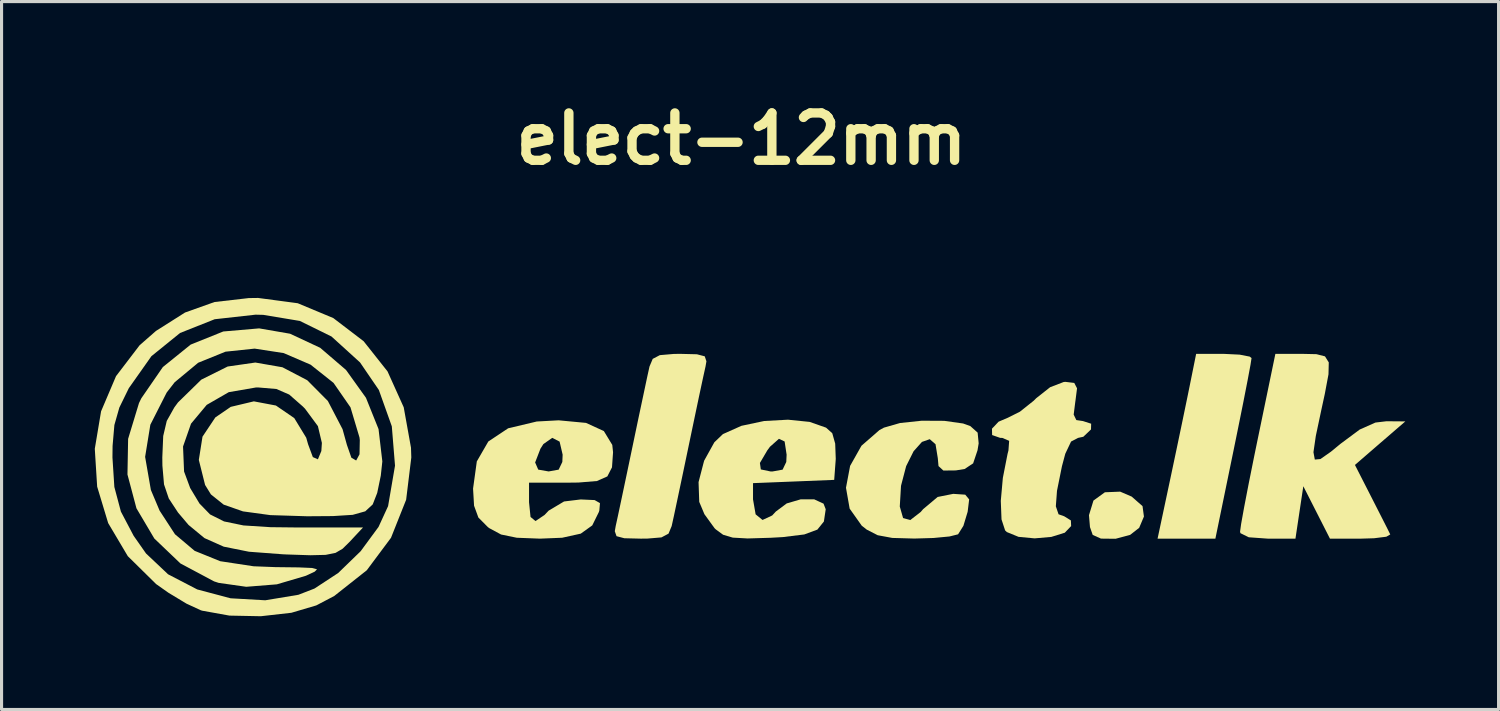
<source format=kicad_pcb>
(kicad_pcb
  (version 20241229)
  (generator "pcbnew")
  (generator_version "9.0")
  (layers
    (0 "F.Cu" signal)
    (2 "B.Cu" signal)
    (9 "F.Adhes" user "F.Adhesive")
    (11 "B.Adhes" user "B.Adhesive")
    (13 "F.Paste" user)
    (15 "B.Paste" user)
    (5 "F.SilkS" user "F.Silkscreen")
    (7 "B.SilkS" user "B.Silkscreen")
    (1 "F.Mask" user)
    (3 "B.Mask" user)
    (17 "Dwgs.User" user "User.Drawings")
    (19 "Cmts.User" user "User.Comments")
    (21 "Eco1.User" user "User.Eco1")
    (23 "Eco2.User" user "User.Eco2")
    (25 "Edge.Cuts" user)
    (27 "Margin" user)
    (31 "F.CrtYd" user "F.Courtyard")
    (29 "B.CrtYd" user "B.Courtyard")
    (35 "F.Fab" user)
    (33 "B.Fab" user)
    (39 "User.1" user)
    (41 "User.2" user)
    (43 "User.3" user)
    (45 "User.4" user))
  (footprint "elect-12mm"
    (layer "F.Cu")
    (at 20.997 11.578)
    (property "Reference" "elect-12mm" (at -0.193 -10.16 0) (layer "F.SilkS") (effects (font (size 1.524 1.524) (thickness 0.3))))
    (attr board_only exclude_from_pos_files exclude_from_bom)
    (fp_poly (pts (xy 12.364 1.35) (xy 12.712 1.656) (xy 12.757 1.991) (xy 12.604 2.354) (xy 12.313 2.581) (xy 11.845 2.706) (xy 11.375 2.701) (xy 11.109 2.582) (xy 11.021 2.33) (xy 10.989 1.947) (xy 11.133 1.477) (xy 11.501 1.21) (xy 11.993 1.19)) (stroke (width 0) (type solid)) (fill yes) (layer "F.SilkS"))
    (fp_poly (pts (xy 15.836 -3.218) (xy 16.16 -3.155) (xy 16.219 -3.107) (xy 16.186 -2.893) (xy 16.092 -2.389) (xy 15.949 -1.658) (xy 15.768 -0.762) (xy 15.64 -0.135) (xy 15.056 2.702) (xy 13.196 2.702) (xy 13.608 0.766) (xy 13.803 -0.158) (xy 13.995 -1.076) (xy 14.156 -1.854) (xy 14.228 -2.207) (xy 14.437 -3.243) (xy 15.325 -3.243)) (stroke (width 0) (type solid)) (fill yes) (layer "F.SilkS"))
    (fp_poly (pts (xy -1.625 -3.23) (xy -1.373 -3.164) (xy -1.319 -3.004) (xy -1.348 -2.837) (xy -1.421 -2.507) (xy -1.549 -1.91) (xy -1.713 -1.13) (xy -1.893 -0.27) (xy -2.076 0.605) (xy -2.24 1.382) (xy -2.366 1.975) (xy -2.437 2.297) (xy -2.538 2.541) (xy -2.766 2.662) (xy -3.219 2.7) (xy -3.43 2.702) (xy -3.96 2.689) (xy -4.211 2.623) (xy -4.267 2.463) (xy -4.238 2.297) (xy -4.166 1.967) (xy -4.039 1.369) (xy -3.875 0.59) (xy -3.695 -0.27) (xy -3.512 -1.145) (xy -3.347 -1.922) (xy -3.221 -2.516) (xy -3.15 -2.837) (xy -3.047 -3.082) (xy -2.818 -3.202) (xy -2.364 -3.241) (xy -2.155 -3.243)) (stroke (width 0) (type solid)) (fill yes) (layer "F.SilkS"))
    (fp_poly (pts (xy 18.308 -3.233) (xy 18.582 -3.163) (xy 18.704 -2.969) (xy 18.695 -2.586) (xy 18.576 -1.952) (xy 18.465 -1.441) (xy 18.287 -0.601) (xy 18.211 -0.079) (xy 18.255 0.158) (xy 18.436 0.141) (xy 18.773 -0.095) (xy 19.075 -0.344) (xy 19.699 -0.808) (xy 20.205 -1.033) (xy 20.561 -1.075) (xy 21.167 -1.07) (xy 20.356 -0.37) (xy 19.546 0.331) (xy 20.082 1.381) (xy 20.367 1.941) (xy 20.585 2.37) (xy 20.682 2.567) (xy 20.556 2.64) (xy 20.163 2.689) (xy 19.744 2.702) (xy 18.742 2.702) (xy 17.885 1.016) (xy 17.632 2.702) (xy 16.742 2.702) (xy 16.13 2.658) (xy 15.862 2.526) (xy 15.85 2.477) (xy 15.884 2.23) (xy 15.98 1.697) (xy 16.125 0.945) (xy 16.307 0.039) (xy 16.417 -0.495) (xy 16.986 -3.243) (xy 17.861 -3.243)) (stroke (width 0) (type solid)) (fill yes) (layer "F.SilkS"))
    (fp_poly (pts (xy 10.516 -2.308) (xy 10.605 -2.135) (xy 10.552 -1.72) (xy 10.55 -1.711) (xy 10.497 -1.289) (xy 10.582 -1.113) (xy 10.795 -1.081) (xy 11.059 -0.996) (xy 11.054 -0.811) (xy 10.807 -0.576) (xy 10.64 -0.54) (xy 10.413 -0.422) (xy 10.227 -0.03) (xy 10.119 0.374) (xy 9.96 1.163) (xy 9.923 1.662) (xy 10.01 1.918) (xy 10.191 1.982) (xy 10.407 2.116) (xy 10.415 2.297) (xy 10.211 2.511) (xy 9.778 2.646) (xy 9.24 2.693) (xy 8.722 2.644) (xy 8.346 2.49) (xy 8.291 2.437) (xy 8.175 2.083) (xy 8.152 1.485) (xy 8.218 0.748) (xy 8.37 -0.027) (xy 8.398 -0.135) (xy 8.421 -0.445) (xy 8.201 -0.539) (xy 8.133 -0.54) (xy 7.873 -0.631) (xy 7.868 -0.836) (xy 8.081 -1.061) (xy 8.377 -1.187) (xy 8.768 -1.383) (xy 9.21 -1.735) (xy 9.291 -1.816) (xy 9.739 -2.17) (xy 10.176 -2.338) (xy 10.232 -2.342)) (stroke (width 0) (type solid)) (fill yes) (layer "F.SilkS"))
    (fp_poly (pts (xy 6.332 -1.088) (xy 6.939 -1.003) (xy 7.172 -0.919) (xy 7.407 -0.709) (xy 7.44 -0.364) (xy 7.403 -0.14) (xy 7.262 0.28) (xy 6.988 0.461) (xy 6.704 0.507) (xy 6.304 0.511) (xy 6.148 0.367) (xy 6.125 0.112) (xy 6.052 -0.336) (xy 5.866 -0.498) (xy 5.615 -0.41) (xy 5.346 -0.109) (xy 5.107 0.369) (xy 4.945 0.988) (xy 4.941 1.012) (xy 4.902 1.668) (xy 5.008 2.039) (xy 5.239 2.104) (xy 5.576 1.843) (xy 5.65 1.756) (xy 6.12 1.361) (xy 6.622 1.261) (xy 7.008 1.287) (xy 7.134 1.439) (xy 7.087 1.827) (xy 7.083 1.846) (xy 6.949 2.289) (xy 6.78 2.559) (xy 6.772 2.564) (xy 6.501 2.632) (xy 5.984 2.681) (xy 5.369 2.699) (xy 4.661 2.679) (xy 4.191 2.592) (xy 3.838 2.411) (xy 3.678 2.285) (xy 3.289 1.736) (xy 3.171 1.065) (xy 3.304 0.361) (xy 3.669 -0.287) (xy 4.246 -0.79) (xy 4.391 -0.869) (xy 4.91 -1.018) (xy 5.606 -1.092)) (stroke (width 0) (type solid)) (fill yes) (layer "F.SilkS"))
    (fp_poly (pts (xy -5.192 -1.022) (xy -4.619 -0.759) (xy -4.348 -0.314) (xy -4.323 -0.077) (xy -4.357 0.408) (xy -4.507 0.7) (xy -4.842 0.848) (xy -5.436 0.897) (xy -5.784 0.901) (xy -7.026 0.901) (xy -7.026 1.531) (xy -6.978 2.004) (xy -6.819 2.136) (xy -6.527 1.94) (xy -6.395 1.801) (xy -5.9 1.506) (xy -5.364 1.441) (xy -4.916 1.461) (xy -4.744 1.559) (xy -4.764 1.793) (xy -4.78 1.846) (xy -4.992 2.276) (xy -5.362 2.541) (xy -5.96 2.673) (xy -6.675 2.702) (xy -7.421 2.673) (xy -7.926 2.569) (xy -8.306 2.364) (xy -8.352 2.329) (xy -8.656 2.023) (xy -8.795 1.642) (xy -8.827 1.092) (xy -8.711 0.251) (xy -6.83 0.251) (xy -6.73 0.481) (xy -6.395 0.54) (xy -6.073 0.482) (xy -5.955 0.235) (xy -5.945 0) (xy -6.043 -0.42) (xy -6.279 -0.541) (xy -6.564 -0.341) (xy -6.659 -0.192) (xy -6.83 0.251) (xy -8.711 0.251) (xy -8.707 0.218) (xy -8.336 -0.424) (xy -7.698 -0.848) (xy -6.777 -1.067) (xy -6.073 -1.105)) (stroke (width 0) (type solid)) (fill yes) (layer "F.SilkS"))
    (fp_poly (pts (xy 2.003 -1.054) (xy 2.53 -0.869) (xy 2.73 -0.689) (xy 2.824 -0.355) (xy 2.842 0.135) (xy 2.839 0.18) (xy 2.792 0.811) (xy 1.486 0.864) (xy 0.18 0.916) (xy 0.18 1.438) (xy 0.264 1.92) (xy 0.486 2.101) (xy 0.797 1.956) (xy 0.914 1.83) (xy 1.264 1.569) (xy 1.714 1.437) (xy 2.148 1.437) (xy 2.449 1.576) (xy 2.519 1.756) (xy 2.46 2.151) (xy 2.251 2.411) (xy 1.83 2.567) (xy 1.137 2.652) (xy 0.746 2.674) (xy 0.005 2.696) (xy -0.472 2.669) (xy -0.782 2.577) (xy -1.018 2.404) (xy -1.058 2.365) (xy -1.384 1.915) (xy -1.55 1.519) (xy -1.572 0.883) (xy -1.412 0.267) (xy 0.402 0.267) (xy 0.431 0.475) (xy 0.742 0.54) (xy 0.811 0.54) (xy 1.132 0.482) (xy 1.25 0.235) (xy 1.261 0) (xy 1.197 -0.424) (xy 1.014 -0.51) (xy 0.726 -0.255) (xy 0.641 -0.14) (xy 0.402 0.267) (xy -1.412 0.267) (xy -1.392 0.193) (xy -1.064 -0.398) (xy -0.788 -0.662) (xy -0.193 -0.928) (xy 0.539 -1.083) (xy 1.305 -1.125)) (stroke (width 0) (type solid)) (fill yes) (layer "F.SilkS"))
    (fp_poly (pts (xy -14.468 -4.872) (xy -13.324 -4.395) (xy -12.348 -3.65) (xy -11.579 -2.679) (xy -11.058 -1.524) (xy -10.824 -0.224) (xy -10.814 0.09) (xy -10.98 1.45) (xy -11.467 2.674) (xy -12.247 3.72) (xy -13.295 4.548) (xy -13.871 4.85) (xy -14.672 5.087) (xy -15.656 5.198) (xy -16.665 5.178) (xy -17.542 5.02) (xy -17.587 5.006) (xy -18.044 4.795) (xy -18.626 4.444) (xy -19.025 4.163) (xy -19.935 3.266) (xy -20.567 2.201) (xy -20.921 1.029) (xy -20.98 0.09) (xy -20.429 0.09) (xy -20.368 1.039) (xy -20.157 1.832) (xy -19.747 2.611) (xy -19.349 3.179) (xy -18.639 3.849) (xy -17.701 4.336) (xy -16.628 4.621) (xy -15.512 4.685) (xy -14.446 4.508) (xy -13.93 4.308) (xy -13.166 3.807) (xy -12.445 3.108) (xy -11.868 2.324) (xy -11.561 1.656) (xy -11.338 0.354) (xy -11.441 -0.912) (xy -11.858 -2.081) (xy -12.464 -2.968) (xy -13.381 -3.801) (xy -14.399 -4.302) (xy -15.576 -4.498) (xy -15.825 -4.504) (xy -17.14 -4.357) (xy -18.253 -3.915) (xy -19.175 -3.169) (xy -19.903 -2.138) (xy -20.207 -1.516) (xy -20.367 -0.954) (xy -20.425 -0.28) (xy -20.429 0.09) (xy -20.98 0.09) (xy -20.997 -0.19) (xy -20.795 -1.395) (xy -20.314 -2.526) (xy -19.555 -3.52) (xy -19.03 -3.98) (xy -18.094 -4.573) (xy -17.145 -4.911) (xy -16.043 -5.038) (xy -15.742 -5.042)) (stroke (width 0) (type solid)) (fill yes) (layer "F.SilkS"))
    (fp_poly (pts (xy -14.715 -3.891) (xy -13.745 -3.438) (xy -12.915 -2.726) (xy -12.273 -1.83) (xy -11.868 -0.823) (xy -11.746 0.218) (xy -11.796 0.677) (xy -11.911 1.231) (xy -12.055 1.6) (xy -12.295 1.823) (xy -12.699 1.936) (xy -13.334 1.976) (xy -14.165 1.982) (xy -15.35 1.945) (xy -16.229 1.825) (xy -16.85 1.608) (xy -17.261 1.279) (xy -17.449 0.974) (xy -17.65 0.169) (xy -17.532 -0.579) (xy -17.119 -1.198) (xy -16.623 -1.538) (xy -15.88 -1.715) (xy -15.17 -1.581) (xy -14.58 -1.177) (xy -14.194 -0.544) (xy -14.136 -0.338) (xy -13.982 0.078) (xy -13.819 0.15) (xy -13.708 -0.118) (xy -13.691 -0.378) (xy -13.819 -0.918) (xy -14.233 -1.478) (xy -14.303 -1.549) (xy -14.742 -1.934) (xy -15.155 -2.113) (xy -15.723 -2.161) (xy -15.81 -2.162) (xy -16.686 -2.011) (xy -17.396 -1.602) (xy -17.901 -0.997) (xy -18.158 -0.262) (xy -18.125 0.542) (xy -17.928 1.074) (xy -17.629 1.572) (xy -17.289 1.922) (xy -16.839 2.148) (xy -16.214 2.277) (xy -15.345 2.333) (xy -14.536 2.342) (xy -12.367 2.342) (xy -12.804 2.81) (xy -13.025 3.027) (xy -13.252 3.16) (xy -13.57 3.224) (xy -14.065 3.236) (xy -14.823 3.211) (xy -14.952 3.205) (xy -16.037 3.123) (xy -16.849 2.96) (xy -17.469 2.684) (xy -17.981 2.261) (xy -18.32 1.861) (xy -18.617 1.409) (xy -18.77 0.957) (xy -18.822 0.353) (xy -18.825 0.09) (xy -18.796 -0.6) (xy -18.682 -1.085) (xy -18.438 -1.52) (xy -18.32 -1.681) (xy -17.571 -2.413) (xy -16.722 -2.836) (xy -15.832 -2.964) (xy -14.96 -2.812) (xy -14.162 -2.395) (xy -13.498 -1.726) (xy -13.026 -0.82) (xy -12.886 -0.315) (xy -12.742 0.098) (xy -12.588 0.188) (xy -12.48 -0.012) (xy -12.471 -0.47) (xy -12.481 -0.553) (xy -12.771 -1.523) (xy -13.316 -2.309) (xy -14.054 -2.895) (xy -14.92 -3.268) (xy -15.854 -3.412) (xy -16.792 -3.313) (xy -17.671 -2.957) (xy -18.428 -2.329) (xy -18.685 -1.997) (xy -19.21 -0.963) (xy -19.378 0.071) (xy -19.193 1.135) (xy -18.912 1.801) (xy -18.417 2.561) (xy -17.785 3.094) (xy -16.961 3.428) (xy -15.888 3.591) (xy -15.186 3.618) (xy -14.436 3.627) (xy -14.004 3.646) (xy -13.847 3.688) (xy -13.922 3.764) (xy -14.187 3.888) (xy -14.214 3.899) (xy -15.139 4.172) (xy -16.125 4.251) (xy -17.012 4.125) (xy -17.159 4.077) (xy -18.242 3.5) (xy -19.082 2.698) (xy -19.657 1.726) (xy -19.946 0.638) (xy -19.925 -0.509) (xy -19.575 -1.661) (xy -19.5 -1.814) (xy -18.808 -2.818) (xy -17.913 -3.541) (xy -16.864 -3.963) (xy -15.709 -4.063)) (stroke (width 0) (type solid)) (fill yes) (layer "F.SilkS")))
  (gr_rect
    (start -3 -3)
    (end 45.164 19.776)
    (stroke (width 0.1) (type default))
    (fill no)
    (layer "Edge.Cuts")))
</source>
